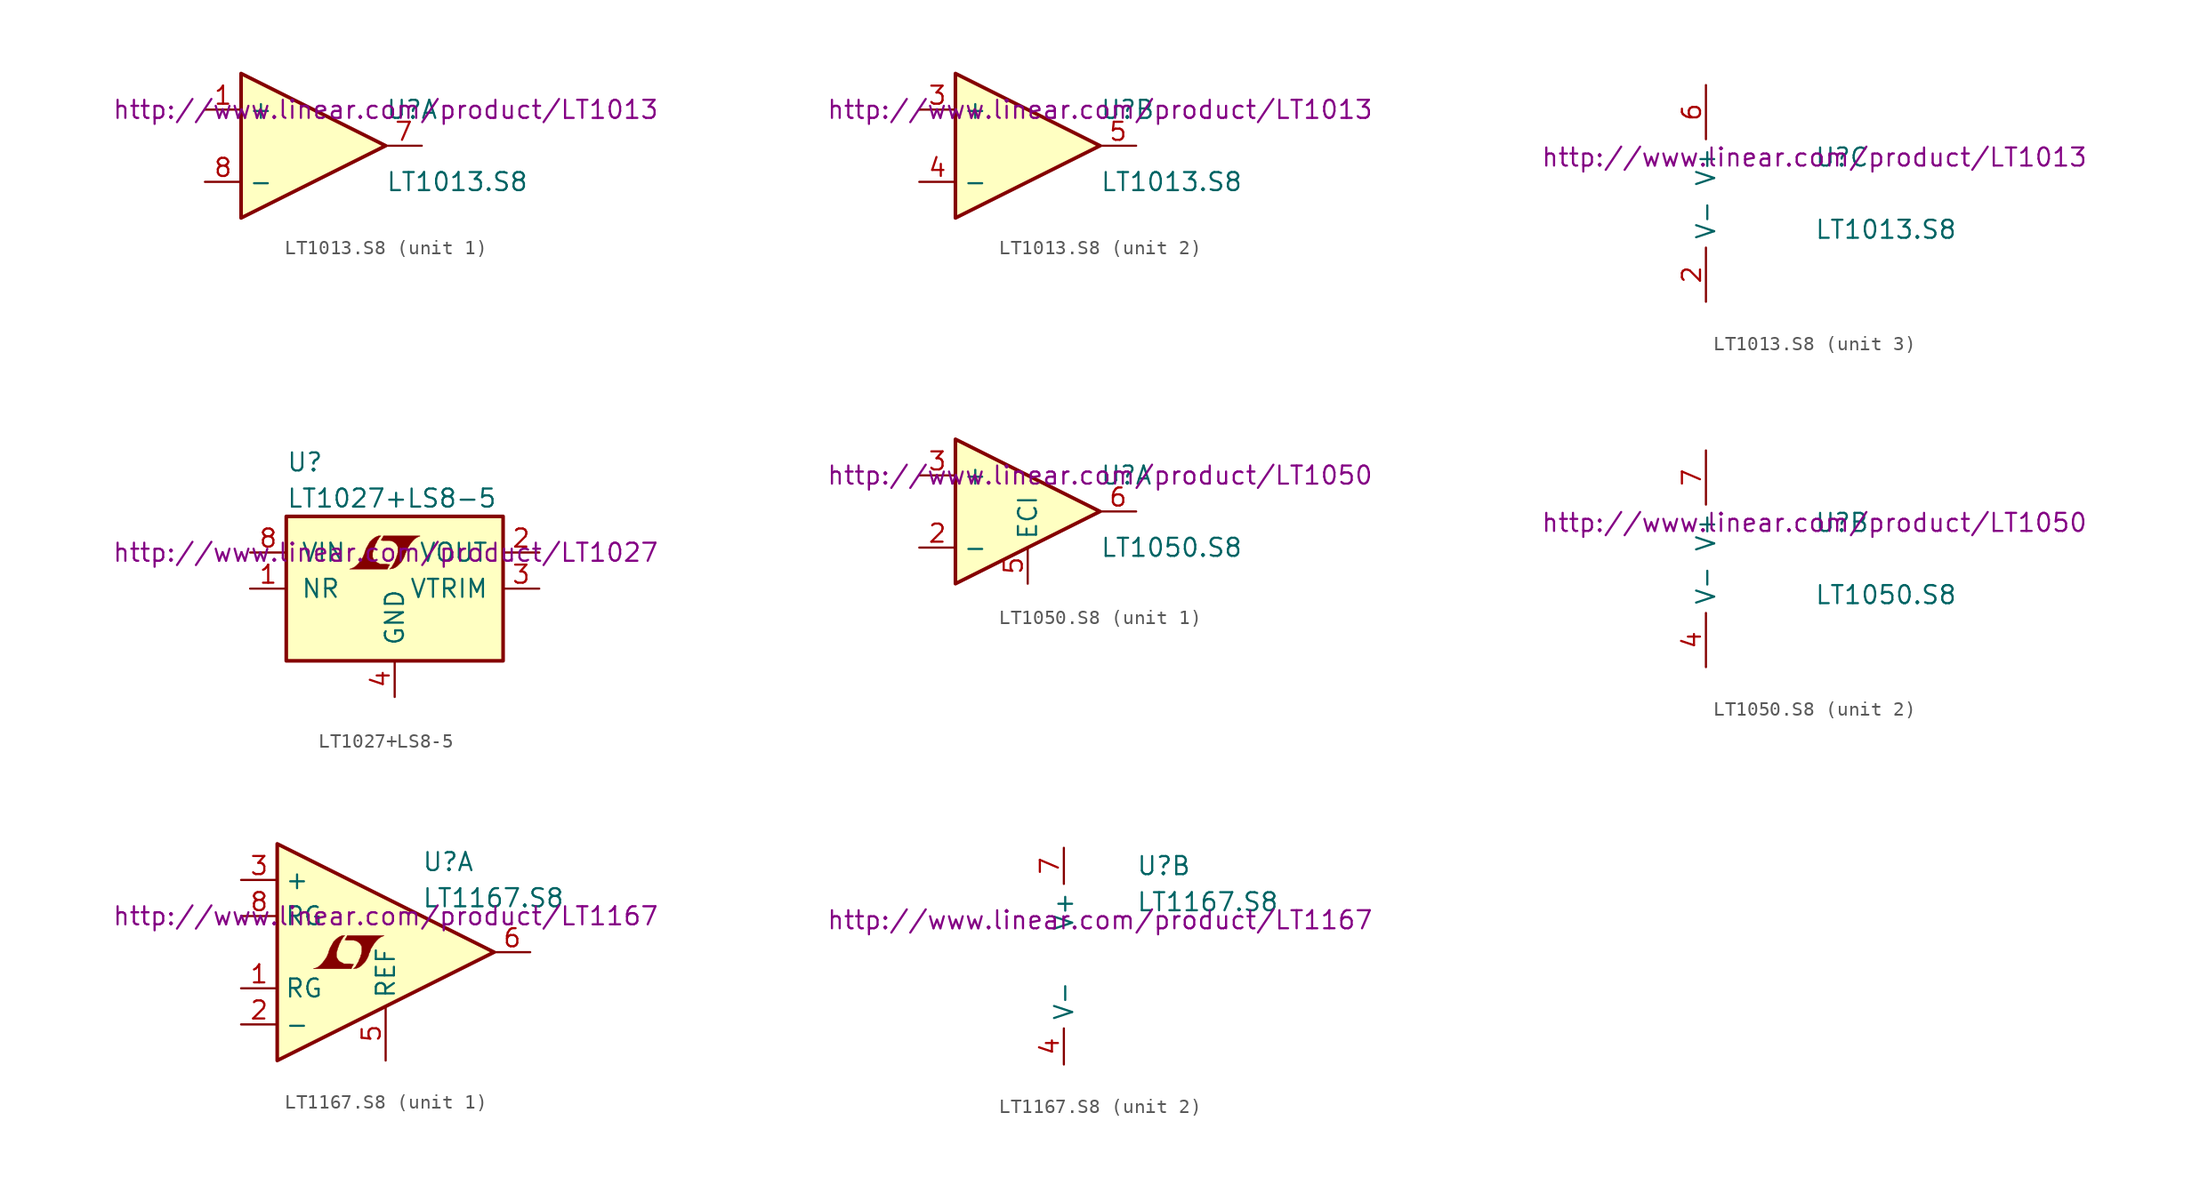
<source format=kicad_sym>
(kicad_symbol_lib
  (version 20201005)
  (generator kicad_symbol_editor)
  (symbol "LT1013.S8"
    (property "Reference" "U"
      (at 5.08 2.54 0)
      (effects (font (size 1.27 1.27)) (justify left)))
    (property "Value" "LT1013.S8"
      (at 5.08 -2.54 0)
      (effects (font (size 1.27 1.27)) (justify left)))
    (property "Datasheet" "http://www.linear.com/product/LT1013"
      (at 5.08 2.54 0)
      (effects (font (size 1.27 1.27))))
    (property "ki_locked" ""
      (at 0 0 0)
      (effects (font (size 1.27 1.27))))
    (symbol "LT1013.S8_1_1"
      (polyline (pts (xy 5.08 0) (xy -5.08 5.08) (xy -5.08 -5.08) (xy 5.08 0)) (stroke (width 0.254)) (fill (type background)))
      (pin input line (at -7.62 2.54 0) (length 2.54) (name "+" (effects (font (size 1.27 1.27)))) (number "1" (effects (font (size 1.27 1.27)))))
      (pin output line (at 7.62 0 180) (length 2.54) (name "~" (effects (font (size 1.27 1.27)))) (number "7" (effects (font (size 1.27 1.27)))))
      (pin input line (at -7.62 -2.54 0) (length 2.54) (name "-" (effects (font (size 1.27 1.27)))) (number "8" (effects (font (size 1.27 1.27))))))
    (symbol "LT1013.S8_2_1"
      (polyline (pts (xy 5.08 0) (xy -5.08 5.08) (xy -5.08 -5.08) (xy 5.08 0)) (stroke (width 0.254)) (fill (type background)))
      (pin input line (at -7.62 2.54 0) (length 2.54) (name "+" (effects (font (size 1.27 1.27)))) (number "3" (effects (font (size 1.27 1.27)))))
      (pin input line (at -7.62 -2.54 0) (length 2.54) (name "-" (effects (font (size 1.27 1.27)))) (number "4" (effects (font (size 1.27 1.27)))))
      (pin output line (at 7.62 0 180) (length 2.54) (name "~" (effects (font (size 1.27 1.27)))) (number "5" (effects (font (size 1.27 1.27))))))
    (symbol "LT1013.S8_3_1"
      (pin power_in line (at -2.54 -7.62 90) (length 3.81) (name "V-" (effects (font (size 1.27 1.27)))) (number "2" (effects (font (size 1.27 1.27)))))
      (pin power_in line (at -2.54 7.62 270) (length 3.81) (name "V+" (effects (font (size 1.27 1.27)))) (number "6" (effects (font (size 1.27 1.27)))))))
  (symbol "LT1027+LS8-5"
    (pin_names
      (offset 1.016))
    (property "Reference" "U"
      (at -7.62 8.89 0)
      (effects (font (size 1.27 1.27)) (justify left)))
    (property "Value" "LT1027+LS8-5"
      (at -7.62 6.35 0)
      (effects (font (size 1.27 1.27)) (justify left)))
    (property "Datasheet" "http://www.linear.com/product/LT1027"
      (at -0.635 2.54 0)
      (effects (font (size 1.27 1.27))))
    (symbol "LT1027+LS8-5_0_0"
      (polyline (pts (xy -0.432 1.549) (xy -0.406 1.575) (xy -0.356 1.676) (xy -0.356 1.702) (xy -0.483 1.702) (xy -0.584 1.727) (xy -1.041 1.727) (xy -1.067 1.753) (xy -1.321 1.88) (xy -1.422 1.981) (xy -1.499 2.108) (xy -1.549 2.21) (xy -1.549 2.515) (xy -1.499 2.667) (xy -1.473 2.769) (xy -1.448 2.845) (xy -1.397 2.972) (xy -1.346 3.124) (xy -1.27 3.251) (xy -1.219 3.378) (xy -1.143 3.48) (xy -1.092 3.581) (xy -0.965 3.708) (xy -1.143 3.708) (xy -1.27 3.658) (xy -1.372 3.607) (xy -1.448 3.556) (xy -1.575 3.454) (xy -1.753 3.277) (xy -2.007 2.819) (xy -2.108 2.54) (xy -2.108 2.489) (xy -2.159 2.388) (xy -2.21 2.261) (xy -2.261 2.159) (xy -2.388 1.981) (xy -2.54 1.778) (xy -2.692 1.626) (xy -2.845 1.499) (xy -3.023 1.422) (xy -3.175 1.372) (xy -0.508 1.372) (xy -0.432 1.549)) (stroke (width 0.025)) (fill (type outline)))
      (polyline (pts (xy -0.229 1.397) (xy -0.152 1.397) (xy 0.025 1.473) (xy 0.178 1.575) (xy 0.457 1.854) (xy 0.584 2.057) (xy 0.686 2.261) (xy 0.762 2.515) (xy 0.787 2.515) (xy 0.864 2.769) (xy 1.118 3.175) (xy 1.27 3.353) (xy 1.422 3.505) (xy 1.575 3.607) (xy 1.753 3.683) (xy 1.778 3.683) (xy 1.778 3.708) (xy -0.787 3.708) (xy -0.864 3.556) (xy -0.889 3.531) (xy -0.94 3.429) (xy -0.965 3.404) (xy -0.914 3.404) (xy -0.864 3.378) (xy -0.33 3.378) (xy -0.279 3.353) (xy -0.229 3.353) (xy -0.152 3.327) (xy -0.025 3.251) (xy 0.102 3.15) (xy 0.178 3.023) (xy 0.203 2.972) (xy 0.229 2.946) (xy 0.229 2.54) (xy 0.203 2.489) (xy 0.203 2.413) (xy 0.152 2.311) (xy 0.127 2.184) (xy 0.051 2.032) (xy 0 1.88) (xy -0.152 1.626) (xy -0.203 1.524) (xy -0.356 1.372) (xy -0.229 1.397)) (stroke (width 0.025)) (fill (type outline))))
    (symbol "LT1027+LS8-5_0_1"
      (rectangle (start -7.62 5.08) (end 7.62 -5.08) (stroke (width 0.254)) (fill (type background))))
    (symbol "LT1027+LS8-5_1_1"
      (pin passive line (at -10.16 0 0) (length 2.54) (name "NR" (effects (font (size 1.27 1.27)))) (number "1" (effects (font (size 1.27 1.27)))))
      (pin power_out line (at 10.16 2.54 180) (length 2.54) (name "VOUT" (effects (font (size 1.27 1.27)))) (number "2" (effects (font (size 1.27 1.27)))))
      (pin input line (at 10.16 0 180) (length 2.54) (name "VTRIM" (effects (font (size 1.27 1.27)))) (number "3" (effects (font (size 1.27 1.27)))))
      (pin power_in line (at 0 -7.62 90) (length 2.54) (name "GND" (effects (font (size 1.27 1.27)))) (number "4" (effects (font (size 1.27 1.27)))))
      (pin unconnected line (at -5.08 -7.62 90) (length 2.54) hide (name "DNC" (effects (font (size 1.27 1.27)))) (number "5" (effects (font (size 1.27 1.27)))))
      (pin unconnected line (at -2.54 -7.62 90) (length 2.54) hide (name "DNC" (effects (font (size 1.27 1.27)))) (number "6" (effects (font (size 1.27 1.27)))))
      (pin unconnected line (at 2.54 -7.62 90) (length 2.54) hide (name "DNC" (effects (font (size 1.27 1.27)))) (number "7" (effects (font (size 1.27 1.27)))))
      (pin power_in line (at -10.16 2.54 0) (length 2.54) (name "VIN" (effects (font (size 1.27 1.27)))) (number "8" (effects (font (size 1.27 1.27)))))))
  (symbol "LT1050.S8"
    (property "Reference" "U"
      (at 5.08 2.54 0)
      (effects (font (size 1.27 1.27)) (justify left)))
    (property "Value" "LT1050.S8"
      (at 5.08 -2.54 0)
      (effects (font (size 1.27 1.27)) (justify left)))
    (property "Datasheet" "http://www.linear.com/product/LT1050"
      (at 5.08 2.54 0)
      (effects (font (size 1.27 1.27))))
    (property "ki_locked" ""
      (at 0 0 0)
      (effects (font (size 1.27 1.27))))
    (symbol "LT1050.S8_1_1"
      (polyline (pts (xy 5.08 0) (xy -5.08 5.08) (xy -5.08 -5.08) (xy 5.08 0)) (stroke (width 0.254)) (fill (type background)))
      (pin input line (at -7.62 -2.54 0) (length 2.54) (name "-" (effects (font (size 1.27 1.27)))) (number "2" (effects (font (size 1.27 1.27)))))
      (pin input line (at -7.62 2.54 0) (length 2.54) (name "+" (effects (font (size 1.27 1.27)))) (number "3" (effects (font (size 1.27 1.27)))))
      (pin input line (at 0 -5.08 90) (length 2.54) (name "ECI" (effects (font (size 1.27 1.27)))) (number "5" (effects (font (size 1.27 1.27)))))
      (pin output line (at 7.62 0 180) (length 2.54) (name "~" (effects (font (size 1.27 1.27)))) (number "6" (effects (font (size 1.27 1.27))))))
    (symbol "LT1050.S8_2_1"
      (pin unconnected line (at -7.62 0 0) (length 2.54) hide (name "NC" (effects (font (size 1.27 1.27)))) (number "1" (effects (font (size 1.27 1.27)))))
      (pin power_in line (at -2.54 -7.62 90) (length 3.81) (name "V-" (effects (font (size 1.27 1.27)))) (number "4" (effects (font (size 1.27 1.27)))))
      (pin power_in line (at -2.54 7.62 270) (length 3.81) (name "V+" (effects (font (size 1.27 1.27)))) (number "7" (effects (font (size 1.27 1.27)))))
      (pin unconnected line (at -7.62 0 0) (length 2.54) hide (name "NC" (effects (font (size 1.27 1.27)))) (number "8" (effects (font (size 1.27 1.27)))))))
  (symbol "LT1167.S8"
    (property "Reference" "U"
      (at 5.08 6.35 0)
      (effects (font (size 1.27 1.27)) (justify left)))
    (property "Value" "LT1167.S8"
      (at 5.08 3.81 0)
      (effects (font (size 1.27 1.27)) (justify left)))
    (property "Datasheet" "http://www.linear.com/product/LT1167"
      (at 2.54 2.54 0)
      (effects (font (size 1.27 1.27))))
    (property "ki_locked" ""
      (at 0 0 0)
      (effects (font (size 1.27 1.27))))
    (symbol "LT1167.S8_1_0"
      (polyline (pts (xy 0.203 -0.991) (xy 0.229 -0.965) (xy 0.279 -0.864) (xy 0.279 -0.838) (xy 0.152 -0.838) (xy 0.051 -0.813) (xy -0.406 -0.813) (xy -0.432 -0.787) (xy -0.686 -0.66) (xy -0.787 -0.559) (xy -0.864 -0.432) (xy -0.914 -0.33) (xy -0.914 -0.025) (xy -0.864 0.127) (xy -0.838 0.229) (xy -0.813 0.305) (xy -0.762 0.432) (xy -0.711 0.584) (xy -0.635 0.711) (xy -0.584 0.838) (xy -0.508 0.94) (xy -0.457 1.041) (xy -0.33 1.168) (xy -0.508 1.168) (xy -0.635 1.118) (xy -0.737 1.067) (xy -0.813 1.016) (xy -0.94 0.914) (xy -1.118 0.737) (xy -1.372 0.279) (xy -1.473 0) (xy -1.473 -0.051) (xy -1.524 -0.152) (xy -1.575 -0.279) (xy -1.626 -0.381) (xy -1.753 -0.559) (xy -1.905 -0.762) (xy -2.057 -0.914) (xy -2.21 -1.041) (xy -2.388 -1.118) (xy -2.54 -1.168) (xy 0.127 -1.168) (xy 0.203 -0.991)) (stroke (width 0.025)) (fill (type outline)))
      (polyline (pts (xy 0.406 -1.143) (xy 0.483 -1.143) (xy 0.66 -1.067) (xy 0.813 -0.965) (xy 1.092 -0.686) (xy 1.219 -0.483) (xy 1.321 -0.279) (xy 1.397 -0.025) (xy 1.422 -0.025) (xy 1.499 0.229) (xy 1.753 0.635) (xy 1.905 0.813) (xy 2.057 0.965) (xy 2.21 1.067) (xy 2.388 1.143) (xy 2.413 1.143) (xy 2.413 1.168) (xy -0.152 1.168) (xy -0.229 1.016) (xy -0.254 0.991) (xy -0.305 0.889) (xy -0.33 0.864) (xy -0.279 0.864) (xy -0.229 0.838) (xy 0.305 0.838) (xy 0.356 0.813) (xy 0.406 0.813) (xy 0.483 0.787) (xy 0.61 0.711) (xy 0.737 0.61) (xy 0.813 0.483) (xy 0.838 0.432) (xy 0.864 0.406) (xy 0.864 0) (xy 0.838 -0.051) (xy 0.838 -0.127) (xy 0.787 -0.229) (xy 0.762 -0.356) (xy 0.686 -0.508) (xy 0.635 -0.66) (xy 0.483 -0.914) (xy 0.432 -1.016) (xy 0.279 -1.168) (xy 0.406 -1.143)) (stroke (width 0.025)) (fill (type outline))))
    (symbol "LT1167.S8_1_1"
      (polyline (pts (xy 10.16 0) (xy -5.08 7.62) (xy -5.08 -7.62) (xy 10.16 0)) (stroke (width 0.254)) (fill (type background)))
      (pin input line (at -7.62 -2.54 0) (length 2.54) (name "RG" (effects (font (size 1.27 1.27)))) (number "1" (effects (font (size 1.27 1.27)))))
      (pin input line (at -7.62 -5.08 0) (length 2.54) (name "-" (effects (font (size 1.27 1.27)))) (number "2" (effects (font (size 1.27 1.27)))))
      (pin input line (at -7.62 5.08 0) (length 2.54) (name "+" (effects (font (size 1.27 1.27)))) (number "3" (effects (font (size 1.27 1.27)))))
      (pin passive line (at 2.54 -7.62 90) (length 3.81) (name "REF" (effects (font (size 1.27 1.27)))) (number "5" (effects (font (size 1.27 1.27)))))
      (pin output line (at 12.7 0 180) (length 2.54) (name "~" (effects (font (size 1.27 1.27)))) (number "6" (effects (font (size 1.27 1.27)))))
      (pin passive line (at -7.62 2.54 0) (length 2.54) (name "RG" (effects (font (size 1.27 1.27)))) (number "8" (effects (font (size 1.27 1.27))))))
    (symbol "LT1167.S8_2_1"
      (pin power_in line (at 0 -7.62 90) (length 2.54) (name "V-" (effects (font (size 1.27 1.27)))) (number "4" (effects (font (size 1.27 1.27)))))
      (pin power_in line (at 0 7.62 270) (length 2.54) (name "V+" (effects (font (size 1.27 1.27)))) (number "7" (effects (font (size 1.27 1.27))))))))
</source>
